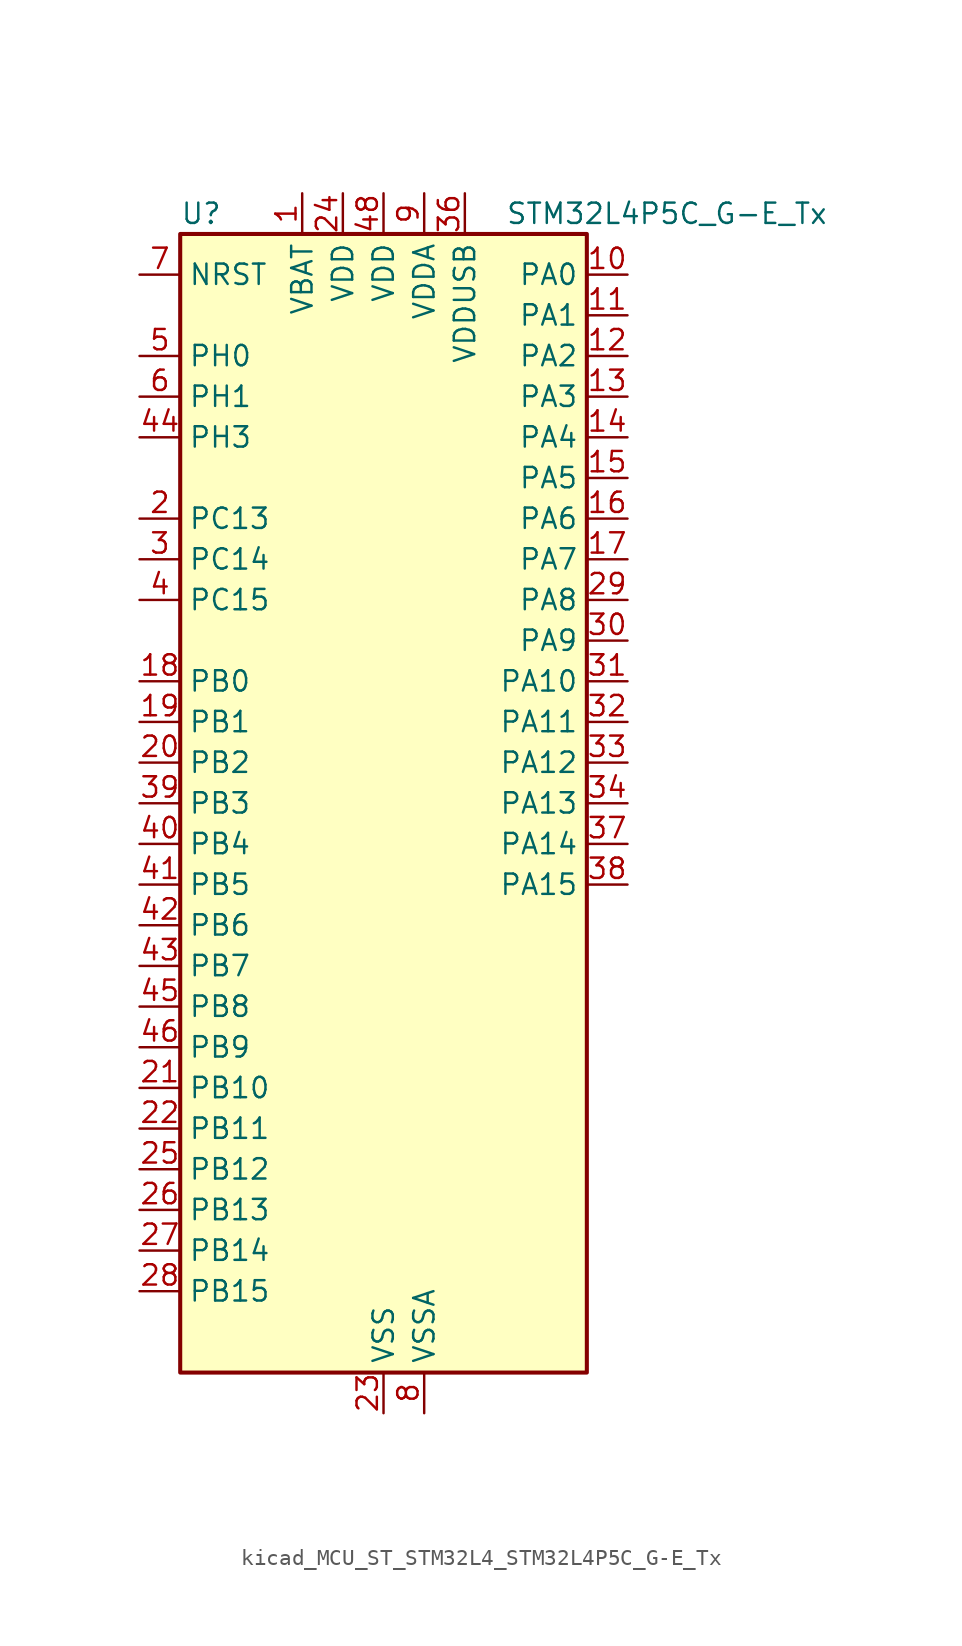
<source format=kicad_sym>
(kicad_symbol_lib
  (version 20220914)
  (generator kicad_symbol_editor)
  (symbol "kicad_MCU_ST_STM32L4_STM32L4P5C_G-E_Tx"
    (property "Reference" "U"
      (at -12.7 36.83 0)
      (effects (font (size 1.27 1.27)) (justify left)))
    (property "Value" "STM32L4P5C_G-E_Tx"
      (at 7.62 36.83 0)
      (effects (font (size 1.27 1.27)) (justify left)))
    (property "ki_locked" ""
      (at 0 0 0)
      (effects (font (size 1.27 1.27))))
    (symbol "kicad_MCU_ST_STM32L4_STM32L4P5C_G-E_Tx_0_1"
      (rectangle (start -12.7 -35.56) (end 12.7 35.56) (stroke (width 0.254) (type default)) (fill (type background))))
    (symbol "kicad_MCU_ST_STM32L4_STM32L4P5C_G-E_Tx_1_1"
      (pin power_in line (at -5.08 38.1 270) (length 2.54) (name "VBAT" (effects (font (size 1.27 1.27)))) (number "1" (effects (font (size 1.27 1.27)))))
      (pin bidirectional line (at 15.24 33.02 180) (length 2.54) (name "PA0" (effects (font (size 1.27 1.27)))) (number "10" (effects (font (size 1.27 1.27)))) (alternate "ADC1_IN5" bidirectional line) (alternate "ADC2_IN5" bidirectional line) (alternate "OPAMP1_VINP" bidirectional line) (alternate "RTC_TAMP2" bidirectional line) (alternate "SAI1_EXTCLK" bidirectional line) (alternate "SYS_WKUP1" bidirectional line) (alternate "TIM2_CH1" bidirectional line) (alternate "TIM2_ETR" bidirectional line) (alternate "TIM5_CH1" bidirectional line) (alternate "TIM8_ETR" bidirectional line) (alternate "UART4_TX" bidirectional line) (alternate "USART2_CTS" bidirectional line) (alternate "USART2_NSS" bidirectional line))
      (pin bidirectional line (at 15.24 30.48 180) (length 2.54) (name "PA1" (effects (font (size 1.27 1.27)))) (number "11" (effects (font (size 1.27 1.27)))) (alternate "ADC1_IN6" bidirectional line) (alternate "ADC2_IN6" bidirectional line) (alternate "I2C1_SMBA" bidirectional line) (alternate "OCTOSPIM_P1_DQS" bidirectional line) (alternate "OPAMP1_VINM" bidirectional line) (alternate "SDMMC2_CMD" bidirectional line) (alternate "SPI1_SCK" bidirectional line) (alternate "TIM15_CH1N" bidirectional line) (alternate "TIM2_CH2" bidirectional line) (alternate "TIM5_CH2" bidirectional line) (alternate "UART4_RX" bidirectional line) (alternate "USART2_DE" bidirectional line) (alternate "USART2_RTS" bidirectional line))
      (pin bidirectional line (at 15.24 27.94 180) (length 2.54) (name "PA2" (effects (font (size 1.27 1.27)))) (number "12" (effects (font (size 1.27 1.27)))) (alternate "ADC1_IN7" bidirectional line) (alternate "ADC2_IN7" bidirectional line) (alternate "LPUART1_TX" bidirectional line) (alternate "OCTOSPIM_P1_NCS" bidirectional line) (alternate "RCC_LSCO" bidirectional line) (alternate "SAI2_EXTCLK" bidirectional line) (alternate "SYS_WKUP4" bidirectional line) (alternate "TIM15_CH1" bidirectional line) (alternate "TIM2_CH3" bidirectional line) (alternate "TIM5_CH3" bidirectional line) (alternate "USART2_TX" bidirectional line))
      (pin bidirectional line (at 15.24 25.4 180) (length 2.54) (name "PA3" (effects (font (size 1.27 1.27)))) (number "13" (effects (font (size 1.27 1.27)))) (alternate "ADC1_IN8" bidirectional line) (alternate "ADC2_IN8" bidirectional line) (alternate "LPUART1_RX" bidirectional line) (alternate "OCTOSPIM_P1_CLK" bidirectional line) (alternate "OPAMP1_VOUT" bidirectional line) (alternate "SAI1_CK1" bidirectional line) (alternate "SAI1_MCLK_A" bidirectional line) (alternate "TIM15_CH2" bidirectional line) (alternate "TIM2_CH4" bidirectional line) (alternate "TIM5_CH4" bidirectional line) (alternate "USART2_RX" bidirectional line))
      (pin bidirectional line (at 15.24 22.86 180) (length 2.54) (name "PA4" (effects (font (size 1.27 1.27)))) (number "14" (effects (font (size 1.27 1.27)))) (alternate "ADC1_IN9" bidirectional line) (alternate "ADC2_IN9" bidirectional line) (alternate "DAC1_OUT1" bidirectional line) (alternate "LPTIM2_OUT" bidirectional line) (alternate "LTDC_CLK" bidirectional line) (alternate "OCTOSPIM_P1_NCS" bidirectional line) (alternate "SAI1_FS_B" bidirectional line) (alternate "SPI1_NSS" bidirectional line) (alternate "SPI3_NSS" bidirectional line) (alternate "USART2_CK" bidirectional line))
      (pin bidirectional line (at 15.24 20.32 180) (length 2.54) (name "PA5" (effects (font (size 1.27 1.27)))) (number "15" (effects (font (size 1.27 1.27)))) (alternate "ADC1_IN10" bidirectional line) (alternate "ADC2_IN10" bidirectional line) (alternate "DAC1_OUT2" bidirectional line) (alternate "LPTIM2_ETR" bidirectional line) (alternate "LTDC_R7" bidirectional line) (alternate "SPI1_SCK" bidirectional line) (alternate "TIM2_CH1" bidirectional line) (alternate "TIM2_ETR" bidirectional line) (alternate "TIM8_CH1N" bidirectional line))
      (pin bidirectional line (at 15.24 17.78 180) (length 2.54) (name "PA6" (effects (font (size 1.27 1.27)))) (number "16" (effects (font (size 1.27 1.27)))) (alternate "ADC1_IN11" bidirectional line) (alternate "ADC2_IN11" bidirectional line) (alternate "LPUART1_CTS" bidirectional line) (alternate "OCTOSPIM_P1_IO3" bidirectional line) (alternate "OPAMP2_VINP" bidirectional line) (alternate "SPI1_MISO" bidirectional line) (alternate "TIM16_CH1" bidirectional line) (alternate "TIM1_BKIN" bidirectional line) (alternate "TIM3_CH1" bidirectional line) (alternate "TIM8_BKIN" bidirectional line) (alternate "USART3_CTS" bidirectional line) (alternate "USART3_NSS" bidirectional line))
      (pin bidirectional line (at 15.24 15.24 180) (length 2.54) (name "PA7" (effects (font (size 1.27 1.27)))) (number "17" (effects (font (size 1.27 1.27)))) (alternate "ADC1_IN12" bidirectional line) (alternate "ADC2_IN12" bidirectional line) (alternate "I2C3_SCL" bidirectional line) (alternate "OCTOSPIM_P1_IO2" bidirectional line) (alternate "OPAMP2_VINM" bidirectional line) (alternate "SPI1_MOSI" bidirectional line) (alternate "TIM17_CH1" bidirectional line) (alternate "TIM1_CH1N" bidirectional line) (alternate "TIM3_CH2" bidirectional line) (alternate "TIM8_CH1N" bidirectional line))
      (pin bidirectional line (at -15.24 7.62 0) (length 2.54) (name "PB0" (effects (font (size 1.27 1.27)))) (number "18" (effects (font (size 1.27 1.27)))) (alternate "ADC1_IN15" bidirectional line) (alternate "ADC2_IN15" bidirectional line) (alternate "COMP1_OUT" bidirectional line) (alternate "LTDC_B6" bidirectional line) (alternate "OCTOSPIM_P1_IO1" bidirectional line) (alternate "OPAMP2_VOUT" bidirectional line) (alternate "SAI1_EXTCLK" bidirectional line) (alternate "SPI1_NSS" bidirectional line) (alternate "TIM1_CH2N" bidirectional line) (alternate "TIM3_CH3" bidirectional line) (alternate "TIM8_CH2N" bidirectional line) (alternate "USART3_CK" bidirectional line))
      (pin bidirectional line (at -15.24 5.08 0) (length 2.54) (name "PB1" (effects (font (size 1.27 1.27)))) (number "19" (effects (font (size 1.27 1.27)))) (alternate "ADC1_IN16" bidirectional line) (alternate "ADC2_IN16" bidirectional line) (alternate "COMP1_INM" bidirectional line) (alternate "DFSDM1_DATIN0" bidirectional line) (alternate "LPTIM2_IN1" bidirectional line) (alternate "LPUART1_DE" bidirectional line) (alternate "LPUART1_RTS" bidirectional line) (alternate "LTDC_G6" bidirectional line) (alternate "OCTOSPIM_P1_IO0" bidirectional line) (alternate "TIM1_CH3N" bidirectional line) (alternate "TIM3_CH4" bidirectional line) (alternate "TIM8_CH3N" bidirectional line) (alternate "USART3_DE" bidirectional line) (alternate "USART3_RTS" bidirectional line))
      (pin bidirectional line (at -15.24 17.78 0) (length 2.54) (name "PC13" (effects (font (size 1.27 1.27)))) (number "2" (effects (font (size 1.27 1.27)))) (alternate "RTC_OUT1" bidirectional line) (alternate "RTC_TAMP1" bidirectional line) (alternate "RTC_TS" bidirectional line) (alternate "SYS_WKUP2" bidirectional line))
      (pin bidirectional line (at -15.24 2.54 0) (length 2.54) (name "PB2" (effects (font (size 1.27 1.27)))) (number "20" (effects (font (size 1.27 1.27)))) (alternate "COMP1_INP" bidirectional line) (alternate "DFSDM1_CKIN0" bidirectional line) (alternate "I2C3_SMBA" bidirectional line) (alternate "LPTIM1_OUT" bidirectional line) (alternate "OCTOSPIM_P1_DQS" bidirectional line) (alternate "RTC_OUT2" bidirectional line))
      (pin bidirectional line (at -15.24 -17.78 0) (length 2.54) (name "PB10" (effects (font (size 1.27 1.27)))) (number "21" (effects (font (size 1.27 1.27)))) (alternate "COMP1_OUT" bidirectional line) (alternate "I2C2_SCL" bidirectional line) (alternate "I2C4_SCL" bidirectional line) (alternate "LPUART1_RX" bidirectional line) (alternate "OCTOSPIM_P1_CLK" bidirectional line) (alternate "OCTOSPIM_P1_IO3" bidirectional line) (alternate "SAI1_SCK_A" bidirectional line) (alternate "SPI2_SCK" bidirectional line) (alternate "TIM2_CH3" bidirectional line) (alternate "TSC_SYNC" bidirectional line) (alternate "USART3_TX" bidirectional line))
      (pin bidirectional line (at -15.24 -20.32 0) (length 2.54) (name "PB11" (effects (font (size 1.27 1.27)))) (number "22" (effects (font (size 1.27 1.27)))) (alternate "ADC1_EXTI11" bidirectional line) (alternate "ADC2_EXTI11" bidirectional line) (alternate "COMP2_OUT" bidirectional line) (alternate "I2C2_SDA" bidirectional line) (alternate "I2C4_SDA" bidirectional line) (alternate "LPUART1_TX" bidirectional line) (alternate "LTDC_VSYNC" bidirectional line) (alternate "OCTOSPIM_P1_NCS" bidirectional line) (alternate "TIM2_CH4" bidirectional line) (alternate "USART3_RX" bidirectional line))
      (pin power_in line (at 0 -38.1 90) (length 2.54) (name "VSS" (effects (font (size 1.27 1.27)))) (number "23" (effects (font (size 1.27 1.27)))))
      (pin power_in line (at -2.54 38.1 270) (length 2.54) (name "VDD" (effects (font (size 1.27 1.27)))) (number "24" (effects (font (size 1.27 1.27)))))
      (pin bidirectional line (at -15.24 -22.86 0) (length 2.54) (name "PB12" (effects (font (size 1.27 1.27)))) (number "25" (effects (font (size 1.27 1.27)))) (alternate "DFSDM1_DATIN1" bidirectional line) (alternate "I2C2_SMBA" bidirectional line) (alternate "LPUART1_DE" bidirectional line) (alternate "LPUART1_RTS" bidirectional line) (alternate "OCTOSPIM_P1_NCLK" bidirectional line) (alternate "SAI2_FS_A" bidirectional line) (alternate "SDMMC2_CK" bidirectional line) (alternate "SPI2_NSS" bidirectional line) (alternate "TIM15_BKIN" bidirectional line) (alternate "TIM1_BKIN" bidirectional line) (alternate "TSC_G1_IO1" bidirectional line) (alternate "USART3_CK" bidirectional line))
      (pin bidirectional line (at -15.24 -25.4 0) (length 2.54) (name "PB13" (effects (font (size 1.27 1.27)))) (number "26" (effects (font (size 1.27 1.27)))) (alternate "DFSDM1_CKIN1" bidirectional line) (alternate "I2C2_SCL" bidirectional line) (alternate "LPUART1_CTS" bidirectional line) (alternate "OCTOSPIM_P1_IO1" bidirectional line) (alternate "SAI2_SCK_A" bidirectional line) (alternate "SPI2_SCK" bidirectional line) (alternate "TIM15_CH1N" bidirectional line) (alternate "TIM1_CH1N" bidirectional line) (alternate "TSC_G1_IO2" bidirectional line) (alternate "USART3_CTS" bidirectional line) (alternate "USART3_NSS" bidirectional line))
      (pin bidirectional line (at -15.24 -27.94 0) (length 2.54) (name "PB14" (effects (font (size 1.27 1.27)))) (number "27" (effects (font (size 1.27 1.27)))) (alternate "DFSDM1_DATIN2" bidirectional line) (alternate "I2C2_SDA" bidirectional line) (alternate "OCTOSPIM_P1_IO6" bidirectional line) (alternate "SAI2_MCLK_A" bidirectional line) (alternate "SDMMC2_D0" bidirectional line) (alternate "SPI2_MISO" bidirectional line) (alternate "TIM15_CH1" bidirectional line) (alternate "TIM1_CH2N" bidirectional line) (alternate "TIM8_CH2N" bidirectional line) (alternate "TSC_G1_IO3" bidirectional line) (alternate "USART3_DE" bidirectional line) (alternate "USART3_RTS" bidirectional line))
      (pin bidirectional line (at -15.24 -30.48 0) (length 2.54) (name "PB15" (effects (font (size 1.27 1.27)))) (number "28" (effects (font (size 1.27 1.27)))) (alternate "ADC1_EXTI15" bidirectional line) (alternate "ADC2_EXTI15" bidirectional line) (alternate "DFSDM1_CKIN2" bidirectional line) (alternate "OCTOSPIM_P1_IO7" bidirectional line) (alternate "RTC_REFIN" bidirectional line) (alternate "SAI2_SD_A" bidirectional line) (alternate "SDMMC2_D1" bidirectional line) (alternate "SPI2_MOSI" bidirectional line) (alternate "TIM15_CH2" bidirectional line) (alternate "TIM1_CH3N" bidirectional line) (alternate "TIM8_CH3N" bidirectional line) (alternate "TSC_G1_IO4" bidirectional line))
      (pin bidirectional line (at 15.24 12.7 180) (length 2.54) (name "PA8" (effects (font (size 1.27 1.27)))) (number "29" (effects (font (size 1.27 1.27)))) (alternate "LPTIM2_OUT" bidirectional line) (alternate "LTDC_B7" bidirectional line) (alternate "RCC_MCO" bidirectional line) (alternate "SAI1_CK2" bidirectional line) (alternate "SAI1_SCK_A" bidirectional line) (alternate "TIM1_CH1" bidirectional line) (alternate "USART1_CK" bidirectional line) (alternate "USB_OTG_FS_SOF" bidirectional line))
      (pin bidirectional line (at -15.24 15.24 0) (length 2.54) (name "PC14" (effects (font (size 1.27 1.27)))) (number "3" (effects (font (size 1.27 1.27)))) (alternate "RCC_OSC32_IN" bidirectional line))
      (pin bidirectional line (at 15.24 10.16 180) (length 2.54) (name "PA9" (effects (font (size 1.27 1.27)))) (number "30" (effects (font (size 1.27 1.27)))) (alternate "DAC1_EXTI9" bidirectional line) (alternate "LTDC_G7" bidirectional line) (alternate "SAI1_FS_A" bidirectional line) (alternate "SPI2_SCK" bidirectional line) (alternate "TIM15_BKIN" bidirectional line) (alternate "TIM1_CH2" bidirectional line) (alternate "USART1_TX" bidirectional line) (alternate "USB_OTG_FS_VBUS" bidirectional line))
      (pin bidirectional line (at 15.24 7.62 180) (length 2.54) (name "PA10" (effects (font (size 1.27 1.27)))) (number "31" (effects (font (size 1.27 1.27)))) (alternate "LTDC_G6" bidirectional line) (alternate "SAI1_D1" bidirectional line) (alternate "SAI1_SD_A" bidirectional line) (alternate "TIM17_BKIN" bidirectional line) (alternate "TIM1_CH3" bidirectional line) (alternate "USART1_RX" bidirectional line) (alternate "USB_OTG_FS_ID" bidirectional line))
      (pin bidirectional line (at 15.24 5.08 180) (length 2.54) (name "PA11" (effects (font (size 1.27 1.27)))) (number "32" (effects (font (size 1.27 1.27)))) (alternate "ADC1_EXTI11" bidirectional line) (alternate "ADC2_EXTI11" bidirectional line) (alternate "CAN1_RX" bidirectional line) (alternate "LTDC_DE" bidirectional line) (alternate "SPI1_MISO" bidirectional line) (alternate "TIM1_BKIN2" bidirectional line) (alternate "TIM1_CH4" bidirectional line) (alternate "USART1_CTS" bidirectional line) (alternate "USART1_NSS" bidirectional line) (alternate "USB_OTG_FS_DM" bidirectional line))
      (pin bidirectional line (at 15.24 2.54 180) (length 2.54) (name "PA12" (effects (font (size 1.27 1.27)))) (number "33" (effects (font (size 1.27 1.27)))) (alternate "CAN1_TX" bidirectional line) (alternate "LTDC_VSYNC" bidirectional line) (alternate "OCTOSPIM_P2_NCS" bidirectional line) (alternate "SPI1_MOSI" bidirectional line) (alternate "TIM1_ETR" bidirectional line) (alternate "USART1_DE" bidirectional line) (alternate "USART1_RTS" bidirectional line) (alternate "USB_OTG_FS_DP" bidirectional line))
      (pin bidirectional line (at 15.24 0 180) (length 2.54) (name "PA13" (effects (font (size 1.27 1.27)))) (number "34" (effects (font (size 1.27 1.27)))) (alternate "IR_OUT" bidirectional line) (alternate "SAI1_SD_B" bidirectional line) (alternate "SYS_JTMS-SWDIO" bidirectional line) (alternate "USB_OTG_FS_NOE" bidirectional line))
      (pin passive line (at 0 -38.1 90) (length 2.54) hide (name "VSS" (effects (font (size 1.27 1.27)))) (number "35" (effects (font (size 1.27 1.27)))))
      (pin power_in line (at 5.08 38.1 270) (length 2.54) (name "VDDUSB" (effects (font (size 1.27 1.27)))) (number "36" (effects (font (size 1.27 1.27)))))
      (pin bidirectional line (at 15.24 -2.54 180) (length 2.54) (name "PA14" (effects (font (size 1.27 1.27)))) (number "37" (effects (font (size 1.27 1.27)))) (alternate "I2C1_SMBA" bidirectional line) (alternate "I2C4_SMBA" bidirectional line) (alternate "LPTIM1_OUT" bidirectional line) (alternate "SAI1_FS_B" bidirectional line) (alternate "SYS_JTCK-SWCLK" bidirectional line) (alternate "USB_OTG_FS_SOF" bidirectional line))
      (pin bidirectional line (at 15.24 -5.08 180) (length 2.54) (name "PA15" (effects (font (size 1.27 1.27)))) (number "38" (effects (font (size 1.27 1.27)))) (alternate "ADC1_EXTI15" bidirectional line) (alternate "ADC2_EXTI15" bidirectional line) (alternate "LTDC_HSYNC" bidirectional line) (alternate "SAI2_FS_B" bidirectional line) (alternate "SPI1_NSS" bidirectional line) (alternate "SPI3_NSS" bidirectional line) (alternate "SYS_JTDI" bidirectional line) (alternate "TIM2_CH1" bidirectional line) (alternate "TIM2_ETR" bidirectional line) (alternate "TSC_G3_IO1" bidirectional line) (alternate "UART4_DE" bidirectional line) (alternate "UART4_RTS" bidirectional line) (alternate "USART2_RX" bidirectional line) (alternate "USART3_DE" bidirectional line) (alternate "USART3_RTS" bidirectional line))
      (pin bidirectional line (at -15.24 0 0) (length 2.54) (name "PB3" (effects (font (size 1.27 1.27)))) (number "39" (effects (font (size 1.27 1.27)))) (alternate "COMP2_INM" bidirectional line) (alternate "CRS_SYNC" bidirectional line) (alternate "OCTOSPIM_P1_IO4" bidirectional line) (alternate "SAI1_SCK_B" bidirectional line) (alternate "SDMMC2_D2" bidirectional line) (alternate "SPI1_SCK" bidirectional line) (alternate "SPI3_SCK" bidirectional line) (alternate "SYS_JTDO-SWO" bidirectional line) (alternate "TIM2_CH2" bidirectional line) (alternate "USART1_DE" bidirectional line) (alternate "USART1_RTS" bidirectional line))
      (pin bidirectional line (at -15.24 12.7 0) (length 2.54) (name "PC15" (effects (font (size 1.27 1.27)))) (number "4" (effects (font (size 1.27 1.27)))) (alternate "ADC1_EXTI15" bidirectional line) (alternate "ADC2_EXTI15" bidirectional line) (alternate "RCC_OSC32_OUT" bidirectional line))
      (pin bidirectional line (at -15.24 -2.54 0) (length 2.54) (name "PB4" (effects (font (size 1.27 1.27)))) (number "40" (effects (font (size 1.27 1.27)))) (alternate "COMP2_INP" bidirectional line) (alternate "I2C3_SDA" bidirectional line) (alternate "OCTOSPIM_P1_IO5" bidirectional line) (alternate "SAI1_MCLK_B" bidirectional line) (alternate "SDMMC2_D3" bidirectional line) (alternate "SPI1_MISO" bidirectional line) (alternate "SPI3_MISO" bidirectional line) (alternate "SYS_JTRST" bidirectional line) (alternate "TIM17_BKIN" bidirectional line) (alternate "TIM3_CH1" bidirectional line) (alternate "TSC_G2_IO1" bidirectional line) (alternate "USART1_CTS" bidirectional line) (alternate "USART1_NSS" bidirectional line))
      (pin bidirectional line (at -15.24 -5.08 0) (length 2.54) (name "PB5" (effects (font (size 1.27 1.27)))) (number "41" (effects (font (size 1.27 1.27)))) (alternate "COMP2_OUT" bidirectional line) (alternate "I2C1_SMBA" bidirectional line) (alternate "LPTIM1_IN1" bidirectional line) (alternate "OCTOSPIM_P1_IO0" bidirectional line) (alternate "SAI1_SD_B" bidirectional line) (alternate "SPI1_MOSI" bidirectional line) (alternate "SPI3_MOSI" bidirectional line) (alternate "TIM16_BKIN" bidirectional line) (alternate "TIM3_CH2" bidirectional line) (alternate "TSC_G2_IO2" bidirectional line) (alternate "USART1_CK" bidirectional line))
      (pin bidirectional line (at -15.24 -7.62 0) (length 2.54) (name "PB6" (effects (font (size 1.27 1.27)))) (number "42" (effects (font (size 1.27 1.27)))) (alternate "COMP2_INP" bidirectional line) (alternate "I2C1_SCL" bidirectional line) (alternate "I2C4_SCL" bidirectional line) (alternate "LPTIM1_ETR" bidirectional line) (alternate "LTDC_R6" bidirectional line) (alternate "SAI1_FS_B" bidirectional line) (alternate "TIM16_CH1N" bidirectional line) (alternate "TIM4_CH1" bidirectional line) (alternate "TIM8_BKIN2" bidirectional line) (alternate "TSC_G2_IO3" bidirectional line) (alternate "USART1_TX" bidirectional line))
      (pin bidirectional line (at -15.24 -10.16 0) (length 2.54) (name "PB7" (effects (font (size 1.27 1.27)))) (number "43" (effects (font (size 1.27 1.27)))) (alternate "COMP2_INM" bidirectional line) (alternate "I2C1_SDA" bidirectional line) (alternate "I2C4_SDA" bidirectional line) (alternate "LPTIM1_IN2" bidirectional line) (alternate "LTDC_VSYNC" bidirectional line) (alternate "SYS_PVD_IN" bidirectional line) (alternate "TIM17_CH1N" bidirectional line) (alternate "TIM4_CH2" bidirectional line) (alternate "TIM8_BKIN" bidirectional line) (alternate "TSC_G2_IO4" bidirectional line) (alternate "UART4_CTS" bidirectional line) (alternate "USART1_RX" bidirectional line))
      (pin bidirectional line (at -15.24 22.86 0) (length 2.54) (name "PH3" (effects (font (size 1.27 1.27)))) (number "44" (effects (font (size 1.27 1.27)))))
      (pin bidirectional line (at -15.24 -12.7 0) (length 2.54) (name "PB8" (effects (font (size 1.27 1.27)))) (number "45" (effects (font (size 1.27 1.27)))) (alternate "CAN1_RX" bidirectional line) (alternate "DFSDM1_CKOUT" bidirectional line) (alternate "I2C1_SCL" bidirectional line) (alternate "LTDC_DE" bidirectional line) (alternate "SAI1_CK1" bidirectional line) (alternate "SAI1_MCLK_A" bidirectional line) (alternate "SDMMC2_D4" bidirectional line) (alternate "TIM16_CH1" bidirectional line) (alternate "TIM4_CH3" bidirectional line))
      (pin bidirectional line (at -15.24 -15.24 0) (length 2.54) (name "PB9" (effects (font (size 1.27 1.27)))) (number "46" (effects (font (size 1.27 1.27)))) (alternate "CAN1_TX" bidirectional line) (alternate "DAC1_EXTI9" bidirectional line) (alternate "I2C1_SDA" bidirectional line) (alternate "IR_OUT" bidirectional line) (alternate "SAI1_D2" bidirectional line) (alternate "SAI1_FS_A" bidirectional line) (alternate "SDMMC2_D5" bidirectional line) (alternate "SPI2_NSS" bidirectional line) (alternate "TIM17_CH1" bidirectional line) (alternate "TIM4_CH4" bidirectional line))
      (pin passive line (at 0 -38.1 90) (length 2.54) hide (name "VSS" (effects (font (size 1.27 1.27)))) (number "47" (effects (font (size 1.27 1.27)))))
      (pin power_in line (at 0 38.1 270) (length 2.54) (name "VDD" (effects (font (size 1.27 1.27)))) (number "48" (effects (font (size 1.27 1.27)))))
      (pin bidirectional line (at -15.24 27.94 0) (length 2.54) (name "PH0" (effects (font (size 1.27 1.27)))) (number "5" (effects (font (size 1.27 1.27)))) (alternate "RCC_OSC_IN" bidirectional line))
      (pin bidirectional line (at -15.24 25.4 0) (length 2.54) (name "PH1" (effects (font (size 1.27 1.27)))) (number "6" (effects (font (size 1.27 1.27)))) (alternate "RCC_OSC_OUT" bidirectional line))
      (pin input line (at -15.24 33.02 0) (length 2.54) (name "NRST" (effects (font (size 1.27 1.27)))) (number "7" (effects (font (size 1.27 1.27)))))
      (pin power_in line (at 2.54 -38.1 90) (length 2.54) (name "VSSA" (effects (font (size 1.27 1.27)))) (number "8" (effects (font (size 1.27 1.27)))))
      (pin power_in line (at 2.54 38.1 270) (length 2.54) (name "VDDA" (effects (font (size 1.27 1.27)))) (number "9" (effects (font (size 1.27 1.27))))))))
</source>
